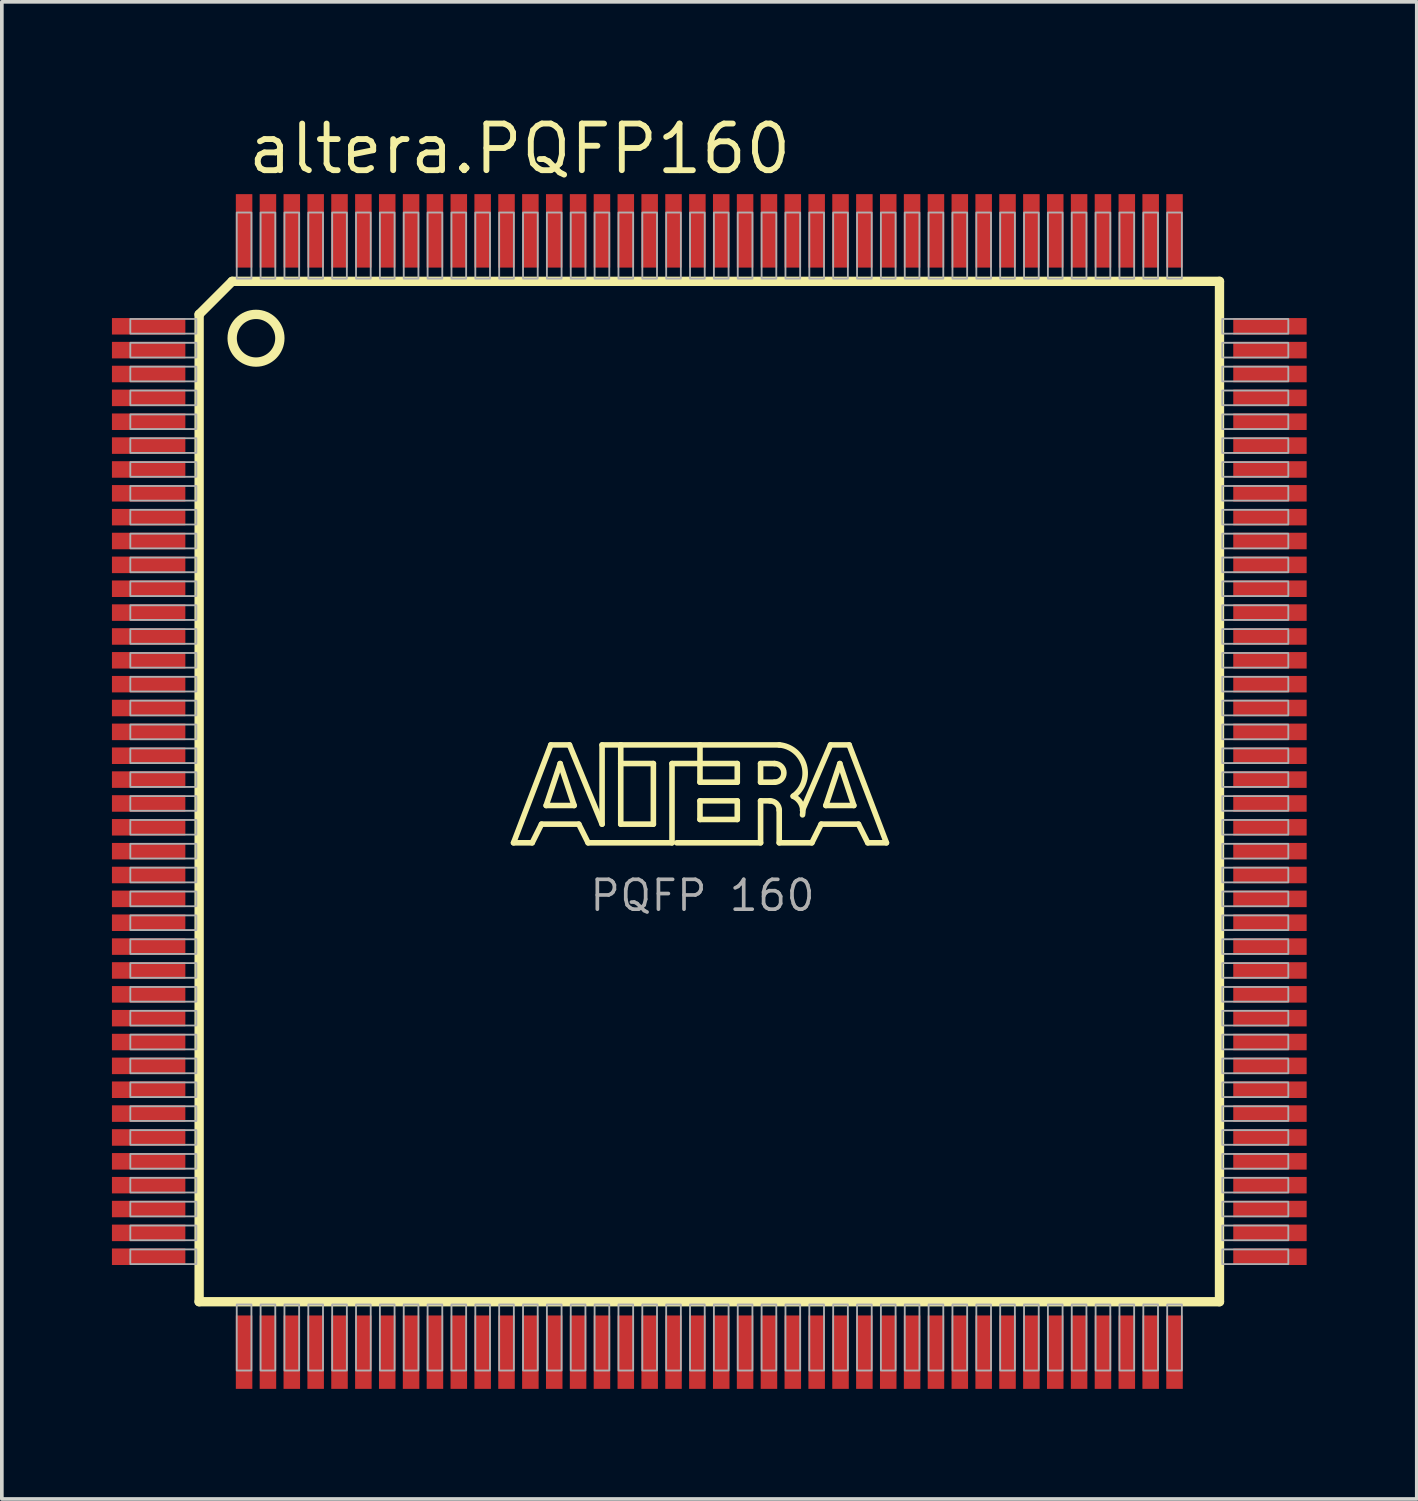
<source format=kicad_pcb>
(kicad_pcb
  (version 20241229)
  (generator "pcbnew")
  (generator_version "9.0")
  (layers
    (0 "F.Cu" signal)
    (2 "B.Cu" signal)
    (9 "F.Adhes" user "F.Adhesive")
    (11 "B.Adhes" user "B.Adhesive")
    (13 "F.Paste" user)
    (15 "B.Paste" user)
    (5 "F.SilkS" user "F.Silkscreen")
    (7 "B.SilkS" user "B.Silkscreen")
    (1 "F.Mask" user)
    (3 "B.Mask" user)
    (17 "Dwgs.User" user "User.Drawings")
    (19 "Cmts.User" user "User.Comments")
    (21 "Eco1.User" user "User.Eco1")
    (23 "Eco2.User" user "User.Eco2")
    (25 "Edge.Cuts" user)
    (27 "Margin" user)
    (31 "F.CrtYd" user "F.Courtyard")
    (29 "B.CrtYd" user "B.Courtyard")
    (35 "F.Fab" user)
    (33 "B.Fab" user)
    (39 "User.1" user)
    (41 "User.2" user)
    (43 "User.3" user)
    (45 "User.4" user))
  (footprint "altera.PQFP160"
    (layer "F.Cu")
    (at 16.275 18.515)
    (property "Reference" "altera.PQFP160" (at -12.649 -16.765 0) (layer "F.SilkS") (effects (font (size 1.27 1.27) (thickness 0.16)) (justify left bottom)))
    (attr smd)
    (fp_line (start -13.9 -13) (end -13 -13.9) (stroke (width 0.254) (type default)) (layer "F.SilkS"))
    (fp_line (start -13.9 13.9) (end -13.9 -13) (stroke (width 0.254) (type default)) (layer "F.SilkS"))
    (fp_line (start -13 -13.9) (end 13.9 -13.9) (stroke (width 0.254) (type default)) (layer "F.SilkS"))
    (fp_line (start -5.334 1.397) (end -4.318 -1.27) (stroke (width 0.152) (type default)) (layer "F.SilkS"))
    (fp_line (start -4.826 1.397) (end -5.334 1.397) (stroke (width 0.152) (type default)) (layer "F.SilkS"))
    (fp_line (start -4.572 0.889) (end -4.826 1.397) (stroke (width 0.152) (type default)) (layer "F.SilkS"))
    (fp_line (start -4.445 0.381) (end -3.683 0.381) (stroke (width 0.152) (type default)) (layer "F.SilkS"))
    (fp_line (start -4.318 -1.27) (end -3.81 -1.27) (stroke (width 0.152) (type default)) (layer "F.SilkS"))
    (fp_line (start -4.064 -0.762) (end -4.445 0.381) (stroke (width 0.152) (type default)) (layer "F.SilkS"))
    (fp_line (start -3.81 -1.27) (end -2.921 0.889) (stroke (width 0.152) (type default)) (layer "F.SilkS"))
    (fp_line (start -3.683 0.381) (end -4.064 -0.762) (stroke (width 0.152) (type default)) (layer "F.SilkS"))
    (fp_line (start -3.556 0.889) (end -4.572 0.889) (stroke (width 0.152) (type default)) (layer "F.SilkS"))
    (fp_line (start -3.302 1.397) (end -3.556 0.889) (stroke (width 0.152) (type default)) (layer "F.SilkS"))
    (fp_line (start -2.921 -1.27) (end -2.413 -1.27) (stroke (width 0.152) (type default)) (layer "F.SilkS"))
    (fp_line (start -2.921 0.889) (end -2.921 -1.27) (stroke (width 0.152) (type default)) (layer "F.SilkS"))
    (fp_line (start -2.413 -1.27) (end -2.413 -0.762) (stroke (width 0.152) (type default)) (layer "F.SilkS"))
    (fp_line (start -2.413 -1.27) (end -0.254 -1.27) (stroke (width 0.152) (type default)) (layer "F.SilkS"))
    (fp_line (start -2.413 -0.762) (end -2.413 0.889) (stroke (width 0.152) (type default)) (layer "F.SilkS"))
    (fp_line (start -2.413 0.889) (end -1.524 0.889) (stroke (width 0.152) (type default)) (layer "F.SilkS"))
    (fp_line (start -1.524 -0.762) (end -2.413 -0.762) (stroke (width 0.152) (type default)) (layer "F.SilkS"))
    (fp_line (start -1.524 0.889) (end -1.524 -0.762) (stroke (width 0.152) (type default)) (layer "F.SilkS"))
    (fp_line (start -1.016 -0.762) (end -1.016 1.397) (stroke (width 0.152) (type default)) (layer "F.SilkS"))
    (fp_line (start -1.016 1.397) (end -3.302 1.397) (stroke (width 0.152) (type default)) (layer "F.SilkS"))
    (fp_line (start -0.254 -1.27) (end -0.254 -0.762) (stroke (width 0.152) (type default)) (layer "F.SilkS"))
    (fp_line (start -0.254 -1.27) (end 1.905 -1.27) (stroke (width 0.152) (type default)) (layer "F.SilkS"))
    (fp_line (start -0.254 -0.762) (end -1.016 -0.762) (stroke (width 0.152) (type default)) (layer "F.SilkS"))
    (fp_line (start -0.254 -0.762) (end -0.254 -0.254) (stroke (width 0.152) (type default)) (layer "F.SilkS"))
    (fp_line (start -0.254 -0.254) (end 0.762 -0.254) (stroke (width 0.152) (type default)) (layer "F.SilkS"))
    (fp_line (start -0.254 0.254) (end 0.762 0.254) (stroke (width 0.152) (type default)) (layer "F.SilkS"))
    (fp_line (start -0.254 0.762) (end -0.254 0.254) (stroke (width 0.152) (type default)) (layer "F.SilkS"))
    (fp_line (start 0.762 -0.762) (end -0.254 -0.762) (stroke (width 0.152) (type default)) (layer "F.SilkS"))
    (fp_line (start 0.762 -0.254) (end 0.762 -0.762) (stroke (width 0.152) (type default)) (layer "F.SilkS"))
    (fp_line (start 0.762 0.254) (end 0.762 0.762) (stroke (width 0.152) (type default)) (layer "F.SilkS"))
    (fp_line (start 0.762 0.762) (end -0.254 0.762) (stroke (width 0.152) (type default)) (layer "F.SilkS"))
    (fp_line (start 1.397 -0.762) (end 1.397 -0.254) (stroke (width 0.152) (type default)) (layer "F.SilkS"))
    (fp_line (start 1.397 -0.254) (end 1.778 -0.254) (stroke (width 0.152) (type default)) (layer "F.SilkS"))
    (fp_line (start 1.397 0.254) (end 1.397 1.397) (stroke (width 0.152) (type default)) (layer "F.SilkS"))
    (fp_line (start 1.397 0.254) (end 1.651 0.254) (stroke (width 0.152) (type default)) (layer "F.SilkS"))
    (fp_line (start 1.397 1.397) (end -0.889 1.397) (stroke (width 0.152) (type default)) (layer "F.SilkS"))
    (fp_line (start 1.778 -0.762) (end 1.397 -0.762) (stroke (width 0.152) (type default)) (layer "F.SilkS"))
    (fp_line (start 1.905 0.508) (end 1.905 1.397) (stroke (width 0.152) (type default)) (layer "F.SilkS"))
    (fp_line (start 1.905 1.397) (end 2.794 1.397) (stroke (width 0.152) (type default)) (layer "F.SilkS"))
    (fp_line (start 2.794 1.397) (end 3.048 0.889) (stroke (width 0.152) (type default)) (layer "F.SilkS"))
    (fp_line (start 3.048 0.889) (end 4.064 0.889) (stroke (width 0.152) (type default)) (layer "F.SilkS"))
    (fp_line (start 3.175 0.381) (end 3.556 -0.762) (stroke (width 0.152) (type default)) (layer "F.SilkS"))
    (fp_line (start 3.302 -1.27) (end 2.54 0.508) (stroke (width 0.152) (type default)) (layer "F.SilkS"))
    (fp_line (start 3.556 -0.762) (end 3.937 0.381) (stroke (width 0.152) (type default)) (layer "F.SilkS"))
    (fp_line (start 3.81 -1.27) (end 3.302 -1.27) (stroke (width 0.152) (type default)) (layer "F.SilkS"))
    (fp_line (start 3.937 0.381) (end 3.175 0.381) (stroke (width 0.152) (type default)) (layer "F.SilkS"))
    (fp_line (start 4.064 0.889) (end 4.318 1.397) (stroke (width 0.152) (type default)) (layer "F.SilkS"))
    (fp_line (start 4.318 1.397) (end 4.826 1.397) (stroke (width 0.152) (type default)) (layer "F.SilkS"))
    (fp_line (start 4.826 1.397) (end 3.81 -1.27) (stroke (width 0.152) (type default)) (layer "F.SilkS"))
    (fp_line (start 13.9 -13.9) (end 13.9 13.9) (stroke (width 0.254) (type default)) (layer "F.SilkS"))
    (fp_line (start 13.9 13.9) (end -13.9 13.9) (stroke (width 0.254) (type default)) (layer "F.SilkS"))
    (fp_arc (start 1.651 0.254) (mid 1.830605 0.328395) (end 1.905 0.508) (stroke (width 0.1524) (type default)) (layer "F.SilkS"))
    (fp_arc (start 1.778 -0.762) (mid 2.032 -0.508) (end 1.778 -0.254) (stroke (width 0.1524) (type default)) (layer "F.SilkS"))
    (fp_arc (start 1.905 -1.27) (mid 2.585094 -0.70463) (end 2.2861 0.1277) (stroke (width 0.1524) (type default)) (layer "F.SilkS"))
    (fp_arc (start 2.286 0.127) (mid 2.501981 0.336487) (end 2.5397 0.635) (stroke (width 0.1524) (type default)) (layer "F.SilkS"))
    (fp_circle (center -12.35 -12.35) (end -11.7 -12.35) (stroke (width 0.254) (type default)) (fill no) (layer "F.SilkS"))
    (fp_rect (start -15.775 -12.475) (end -13.975 -12.875) (stroke (width 0.05) (type default)) (fill no) (layer "F.Fab"))
    (fp_rect (start -15.775 -11.825) (end -13.975 -12.225) (stroke (width 0.05) (type default)) (fill no) (layer "F.Fab"))
    (fp_rect (start -15.775 -11.175) (end -13.975 -11.575) (stroke (width 0.05) (type default)) (fill no) (layer "F.Fab"))
    (fp_rect (start -15.775 -10.525) (end -13.975 -10.925) (stroke (width 0.05) (type default)) (fill no) (layer "F.Fab"))
    (fp_rect (start -15.775 -9.875) (end -13.975 -10.275) (stroke (width 0.05) (type default)) (fill no) (layer "F.Fab"))
    (fp_rect (start -15.775 -9.225) (end -13.975 -9.625) (stroke (width 0.05) (type default)) (fill no) (layer "F.Fab"))
    (fp_rect (start -15.775 -8.575) (end -13.975 -8.975) (stroke (width 0.05) (type default)) (fill no) (layer "F.Fab"))
    (fp_rect (start -15.775 -7.925) (end -13.975 -8.325) (stroke (width 0.05) (type default)) (fill no) (layer "F.Fab"))
    (fp_rect (start -15.775 -7.275) (end -13.975 -7.675) (stroke (width 0.05) (type default)) (fill no) (layer "F.Fab"))
    (fp_rect (start -15.775 -6.625) (end -13.975 -7.025) (stroke (width 0.05) (type default)) (fill no) (layer "F.Fab"))
    (fp_rect (start -15.775 -5.975) (end -13.975 -6.375) (stroke (width 0.05) (type default)) (fill no) (layer "F.Fab"))
    (fp_rect (start -15.775 -5.325) (end -13.975 -5.725) (stroke (width 0.05) (type default)) (fill no) (layer "F.Fab"))
    (fp_rect (start -15.775 -4.675) (end -13.975 -5.075) (stroke (width 0.05) (type default)) (fill no) (layer "F.Fab"))
    (fp_rect (start -15.775 -4.025) (end -13.975 -4.425) (stroke (width 0.05) (type default)) (fill no) (layer "F.Fab"))
    (fp_rect (start -15.775 -3.375) (end -13.975 -3.775) (stroke (width 0.05) (type default)) (fill no) (layer "F.Fab"))
    (fp_rect (start -15.775 -2.725) (end -13.975 -3.125) (stroke (width 0.05) (type default)) (fill no) (layer "F.Fab"))
    (fp_rect (start -15.775 -2.075) (end -13.975 -2.475) (stroke (width 0.05) (type default)) (fill no) (layer "F.Fab"))
    (fp_rect (start -15.775 -1.425) (end -13.975 -1.825) (stroke (width 0.05) (type default)) (fill no) (layer "F.Fab"))
    (fp_rect (start -15.775 -0.775) (end -13.975 -1.175) (stroke (width 0.05) (type default)) (fill no) (layer "F.Fab"))
    (fp_rect (start -15.775 -0.125) (end -13.975 -0.525) (stroke (width 0.05) (type default)) (fill no) (layer "F.Fab"))
    (fp_rect (start -15.775 0.525) (end -13.975 0.125) (stroke (width 0.05) (type default)) (fill no) (layer "F.Fab"))
    (fp_rect (start -15.775 1.175) (end -13.975 0.775) (stroke (width 0.05) (type default)) (fill no) (layer "F.Fab"))
    (fp_rect (start -15.775 1.825) (end -13.975 1.425) (stroke (width 0.05) (type default)) (fill no) (layer "F.Fab"))
    (fp_rect (start -15.775 2.475) (end -13.975 2.075) (stroke (width 0.05) (type default)) (fill no) (layer "F.Fab"))
    (fp_rect (start -15.775 3.125) (end -13.975 2.725) (stroke (width 0.05) (type default)) (fill no) (layer "F.Fab"))
    (fp_rect (start -15.775 3.775) (end -13.975 3.375) (stroke (width 0.05) (type default)) (fill no) (layer "F.Fab"))
    (fp_rect (start -15.775 4.425) (end -13.975 4.025) (stroke (width 0.05) (type default)) (fill no) (layer "F.Fab"))
    (fp_rect (start -15.775 5.075) (end -13.975 4.675) (stroke (width 0.05) (type default)) (fill no) (layer "F.Fab"))
    (fp_rect (start -15.775 5.725) (end -13.975 5.325) (stroke (width 0.05) (type default)) (fill no) (layer "F.Fab"))
    (fp_rect (start -15.775 6.375) (end -13.975 5.975) (stroke (width 0.05) (type default)) (fill no) (layer "F.Fab"))
    (fp_rect (start -15.775 7.025) (end -13.975 6.625) (stroke (width 0.05) (type default)) (fill no) (layer "F.Fab"))
    (fp_rect (start -15.775 7.675) (end -13.975 7.275) (stroke (width 0.05) (type default)) (fill no) (layer "F.Fab"))
    (fp_rect (start -15.775 8.325) (end -13.975 7.925) (stroke (width 0.05) (type default)) (fill no) (layer "F.Fab"))
    (fp_rect (start -15.775 8.975) (end -13.975 8.575) (stroke (width 0.05) (type default)) (fill no) (layer "F.Fab"))
    (fp_rect (start -15.775 9.625) (end -13.975 9.225) (stroke (width 0.05) (type default)) (fill no) (layer "F.Fab"))
    (fp_rect (start -15.775 10.275) (end -13.975 9.875) (stroke (width 0.05) (type default)) (fill no) (layer "F.Fab"))
    (fp_rect (start -15.775 10.925) (end -13.975 10.525) (stroke (width 0.05) (type default)) (fill no) (layer "F.Fab"))
    (fp_rect (start -15.775 11.575) (end -13.975 11.175) (stroke (width 0.05) (type default)) (fill no) (layer "F.Fab"))
    (fp_rect (start -15.775 12.225) (end -13.975 11.825) (stroke (width 0.05) (type default)) (fill no) (layer "F.Fab"))
    (fp_rect (start -15.775 12.875) (end -13.975 12.475) (stroke (width 0.05) (type default)) (fill no) (layer "F.Fab"))
    (fp_rect (start -12.875 -13.975) (end -12.475 -15.775) (stroke (width 0.05) (type default)) (fill no) (layer "F.Fab"))
    (fp_rect (start -12.875 15.775) (end -12.475 13.975) (stroke (width 0.05) (type default)) (fill no) (layer "F.Fab"))
    (fp_rect (start -12.225 -13.975) (end -11.825 -15.775) (stroke (width 0.05) (type default)) (fill no) (layer "F.Fab"))
    (fp_rect (start -12.225 15.775) (end -11.825 13.975) (stroke (width 0.05) (type default)) (fill no) (layer "F.Fab"))
    (fp_rect (start -11.575 -13.975) (end -11.175 -15.775) (stroke (width 0.05) (type default)) (fill no) (layer "F.Fab"))
    (fp_rect (start -11.575 15.775) (end -11.175 13.975) (stroke (width 0.05) (type default)) (fill no) (layer "F.Fab"))
    (fp_rect (start -10.925 -13.975) (end -10.525 -15.775) (stroke (width 0.05) (type default)) (fill no) (layer "F.Fab"))
    (fp_rect (start -10.925 15.775) (end -10.525 13.975) (stroke (width 0.05) (type default)) (fill no) (layer "F.Fab"))
    (fp_rect (start -10.275 -13.975) (end -9.875 -15.775) (stroke (width 0.05) (type default)) (fill no) (layer "F.Fab"))
    (fp_rect (start -10.275 15.775) (end -9.875 13.975) (stroke (width 0.05) (type default)) (fill no) (layer "F.Fab"))
    (fp_rect (start -9.625 -13.975) (end -9.225 -15.775) (stroke (width 0.05) (type default)) (fill no) (layer "F.Fab"))
    (fp_rect (start -9.625 15.775) (end -9.225 13.975) (stroke (width 0.05) (type default)) (fill no) (layer "F.Fab"))
    (fp_rect (start -8.975 -13.975) (end -8.575 -15.775) (stroke (width 0.05) (type default)) (fill no) (layer "F.Fab"))
    (fp_rect (start -8.975 15.775) (end -8.575 13.975) (stroke (width 0.05) (type default)) (fill no) (layer "F.Fab"))
    (fp_rect (start -8.325 -13.975) (end -7.925 -15.775) (stroke (width 0.05) (type default)) (fill no) (layer "F.Fab"))
    (fp_rect (start -8.325 15.775) (end -7.925 13.975) (stroke (width 0.05) (type default)) (fill no) (layer "F.Fab"))
    (fp_rect (start -7.675 -13.975) (end -7.275 -15.775) (stroke (width 0.05) (type default)) (fill no) (layer "F.Fab"))
    (fp_rect (start -7.675 15.775) (end -7.275 13.975) (stroke (width 0.05) (type default)) (fill no) (layer "F.Fab"))
    (fp_rect (start -7.025 -13.975) (end -6.625 -15.775) (stroke (width 0.05) (type default)) (fill no) (layer "F.Fab"))
    (fp_rect (start -7.025 15.775) (end -6.625 13.975) (stroke (width 0.05) (type default)) (fill no) (layer "F.Fab"))
    (fp_rect (start -6.375 -13.975) (end -5.975 -15.775) (stroke (width 0.05) (type default)) (fill no) (layer "F.Fab"))
    (fp_rect (start -6.375 15.775) (end -5.975 13.975) (stroke (width 0.05) (type default)) (fill no) (layer "F.Fab"))
    (fp_rect (start -5.725 -13.975) (end -5.325 -15.775) (stroke (width 0.05) (type default)) (fill no) (layer "F.Fab"))
    (fp_rect (start -5.725 15.775) (end -5.325 13.975) (stroke (width 0.05) (type default)) (fill no) (layer "F.Fab"))
    (fp_rect (start -5.075 -13.975) (end -4.675 -15.775) (stroke (width 0.05) (type default)) (fill no) (layer "F.Fab"))
    (fp_rect (start -5.075 15.775) (end -4.675 13.975) (stroke (width 0.05) (type default)) (fill no) (layer "F.Fab"))
    (fp_rect (start -4.425 -13.975) (end -4.025 -15.775) (stroke (width 0.05) (type default)) (fill no) (layer "F.Fab"))
    (fp_rect (start -4.425 15.775) (end -4.025 13.975) (stroke (width 0.05) (type default)) (fill no) (layer "F.Fab"))
    (fp_rect (start -3.775 -13.975) (end -3.375 -15.775) (stroke (width 0.05) (type default)) (fill no) (layer "F.Fab"))
    (fp_rect (start -3.775 15.775) (end -3.375 13.975) (stroke (width 0.05) (type default)) (fill no) (layer "F.Fab"))
    (fp_rect (start -3.125 -13.975) (end -2.725 -15.775) (stroke (width 0.05) (type default)) (fill no) (layer "F.Fab"))
    (fp_rect (start -3.125 15.775) (end -2.725 13.975) (stroke (width 0.05) (type default)) (fill no) (layer "F.Fab"))
    (fp_rect (start -2.475 -13.975) (end -2.075 -15.775) (stroke (width 0.05) (type default)) (fill no) (layer "F.Fab"))
    (fp_rect (start -2.475 15.775) (end -2.075 13.975) (stroke (width 0.05) (type default)) (fill no) (layer "F.Fab"))
    (fp_rect (start -1.825 -13.975) (end -1.425 -15.775) (stroke (width 0.05) (type default)) (fill no) (layer "F.Fab"))
    (fp_rect (start -1.825 15.775) (end -1.425 13.975) (stroke (width 0.05) (type default)) (fill no) (layer "F.Fab"))
    (fp_rect (start -1.175 -13.975) (end -0.775 -15.775) (stroke (width 0.05) (type default)) (fill no) (layer "F.Fab"))
    (fp_rect (start -1.175 15.775) (end -0.775 13.975) (stroke (width 0.05) (type default)) (fill no) (layer "F.Fab"))
    (fp_rect (start -0.525 -13.975) (end -0.125 -15.775) (stroke (width 0.05) (type default)) (fill no) (layer "F.Fab"))
    (fp_rect (start -0.525 15.775) (end -0.125 13.975) (stroke (width 0.05) (type default)) (fill no) (layer "F.Fab"))
    (fp_rect (start 0.125 -13.975) (end 0.525 -15.775) (stroke (width 0.05) (type default)) (fill no) (layer "F.Fab"))
    (fp_rect (start 0.125 15.775) (end 0.525 13.975) (stroke (width 0.05) (type default)) (fill no) (layer "F.Fab"))
    (fp_rect (start 0.775 -13.975) (end 1.175 -15.775) (stroke (width 0.05) (type default)) (fill no) (layer "F.Fab"))
    (fp_rect (start 0.775 15.775) (end 1.175 13.975) (stroke (width 0.05) (type default)) (fill no) (layer "F.Fab"))
    (fp_rect (start 1.425 -13.975) (end 1.825 -15.775) (stroke (width 0.05) (type default)) (fill no) (layer "F.Fab"))
    (fp_rect (start 1.425 15.775) (end 1.825 13.975) (stroke (width 0.05) (type default)) (fill no) (layer "F.Fab"))
    (fp_rect (start 2.075 -13.975) (end 2.475 -15.775) (stroke (width 0.05) (type default)) (fill no) (layer "F.Fab"))
    (fp_rect (start 2.075 15.775) (end 2.475 13.975) (stroke (width 0.05) (type default)) (fill no) (layer "F.Fab"))
    (fp_rect (start 2.725 -13.975) (end 3.125 -15.775) (stroke (width 0.05) (type default)) (fill no) (layer "F.Fab"))
    (fp_rect (start 2.725 15.775) (end 3.125 13.975) (stroke (width 0.05) (type default)) (fill no) (layer "F.Fab"))
    (fp_rect (start 3.375 -13.975) (end 3.775 -15.775) (stroke (width 0.05) (type default)) (fill no) (layer "F.Fab"))
    (fp_rect (start 3.375 15.775) (end 3.775 13.975) (stroke (width 0.05) (type default)) (fill no) (layer "F.Fab"))
    (fp_rect (start 4.025 -13.975) (end 4.425 -15.775) (stroke (width 0.05) (type default)) (fill no) (layer "F.Fab"))
    (fp_rect (start 4.025 15.775) (end 4.425 13.975) (stroke (width 0.05) (type default)) (fill no) (layer "F.Fab"))
    (fp_rect (start 4.675 -13.975) (end 5.075 -15.775) (stroke (width 0.05) (type default)) (fill no) (layer "F.Fab"))
    (fp_rect (start 4.675 15.775) (end 5.075 13.975) (stroke (width 0.05) (type default)) (fill no) (layer "F.Fab"))
    (fp_rect (start 5.325 -13.975) (end 5.725 -15.775) (stroke (width 0.05) (type default)) (fill no) (layer "F.Fab"))
    (fp_rect (start 5.325 15.775) (end 5.725 13.975) (stroke (width 0.05) (type default)) (fill no) (layer "F.Fab"))
    (fp_rect (start 5.975 -13.975) (end 6.375 -15.775) (stroke (width 0.05) (type default)) (fill no) (layer "F.Fab"))
    (fp_rect (start 5.975 15.775) (end 6.375 13.975) (stroke (width 0.05) (type default)) (fill no) (layer "F.Fab"))
    (fp_rect (start 6.625 -13.975) (end 7.025 -15.775) (stroke (width 0.05) (type default)) (fill no) (layer "F.Fab"))
    (fp_rect (start 6.625 15.775) (end 7.025 13.975) (stroke (width 0.05) (type default)) (fill no) (layer "F.Fab"))
    (fp_rect (start 7.275 -13.975) (end 7.675 -15.775) (stroke (width 0.05) (type default)) (fill no) (layer "F.Fab"))
    (fp_rect (start 7.275 15.775) (end 7.675 13.975) (stroke (width 0.05) (type default)) (fill no) (layer "F.Fab"))
    (fp_rect (start 7.925 -13.975) (end 8.325 -15.775) (stroke (width 0.05) (type default)) (fill no) (layer "F.Fab"))
    (fp_rect (start 7.925 15.775) (end 8.325 13.975) (stroke (width 0.05) (type default)) (fill no) (layer "F.Fab"))
    (fp_rect (start 8.575 -13.975) (end 8.975 -15.775) (stroke (width 0.05) (type default)) (fill no) (layer "F.Fab"))
    (fp_rect (start 8.575 15.775) (end 8.975 13.975) (stroke (width 0.05) (type default)) (fill no) (layer "F.Fab"))
    (fp_rect (start 9.225 -13.975) (end 9.625 -15.775) (stroke (width 0.05) (type default)) (fill no) (layer "F.Fab"))
    (fp_rect (start 9.225 15.775) (end 9.625 13.975) (stroke (width 0.05) (type default)) (fill no) (layer "F.Fab"))
    (fp_rect (start 9.875 -13.975) (end 10.275 -15.775) (stroke (width 0.05) (type default)) (fill no) (layer "F.Fab"))
    (fp_rect (start 9.875 15.775) (end 10.275 13.975) (stroke (width 0.05) (type default)) (fill no) (layer "F.Fab"))
    (fp_rect (start 10.525 -13.975) (end 10.925 -15.775) (stroke (width 0.05) (type default)) (fill no) (layer "F.Fab"))
    (fp_rect (start 10.525 15.775) (end 10.925 13.975) (stroke (width 0.05) (type default)) (fill no) (layer "F.Fab"))
    (fp_rect (start 11.175 -13.975) (end 11.575 -15.775) (stroke (width 0.05) (type default)) (fill no) (layer "F.Fab"))
    (fp_rect (start 11.175 15.775) (end 11.575 13.975) (stroke (width 0.05) (type default)) (fill no) (layer "F.Fab"))
    (fp_rect (start 11.825 -13.975) (end 12.225 -15.775) (stroke (width 0.05) (type default)) (fill no) (layer "F.Fab"))
    (fp_rect (start 11.825 15.775) (end 12.225 13.975) (stroke (width 0.05) (type default)) (fill no) (layer "F.Fab"))
    (fp_rect (start 12.475 -13.975) (end 12.875 -15.775) (stroke (width 0.05) (type default)) (fill no) (layer "F.Fab"))
    (fp_rect (start 12.475 15.775) (end 12.875 13.975) (stroke (width 0.05) (type default)) (fill no) (layer "F.Fab"))
    (fp_rect (start 13.975 -12.475) (end 15.775 -12.875) (stroke (width 0.05) (type default)) (fill no) (layer "F.Fab"))
    (fp_rect (start 13.975 -11.825) (end 15.775 -12.225) (stroke (width 0.05) (type default)) (fill no) (layer "F.Fab"))
    (fp_rect (start 13.975 -11.175) (end 15.775 -11.575) (stroke (width 0.05) (type default)) (fill no) (layer "F.Fab"))
    (fp_rect (start 13.975 -10.525) (end 15.775 -10.925) (stroke (width 0.05) (type default)) (fill no) (layer "F.Fab"))
    (fp_rect (start 13.975 -9.875) (end 15.775 -10.275) (stroke (width 0.05) (type default)) (fill no) (layer "F.Fab"))
    (fp_rect (start 13.975 -9.225) (end 15.775 -9.625) (stroke (width 0.05) (type default)) (fill no) (layer "F.Fab"))
    (fp_rect (start 13.975 -8.575) (end 15.775 -8.975) (stroke (width 0.05) (type default)) (fill no) (layer "F.Fab"))
    (fp_rect (start 13.975 -7.925) (end 15.775 -8.325) (stroke (width 0.05) (type default)) (fill no) (layer "F.Fab"))
    (fp_rect (start 13.975 -7.275) (end 15.775 -7.675) (stroke (width 0.05) (type default)) (fill no) (layer "F.Fab"))
    (fp_rect (start 13.975 -6.625) (end 15.775 -7.025) (stroke (width 0.05) (type default)) (fill no) (layer "F.Fab"))
    (fp_rect (start 13.975 -5.975) (end 15.775 -6.375) (stroke (width 0.05) (type default)) (fill no) (layer "F.Fab"))
    (fp_rect (start 13.975 -5.325) (end 15.775 -5.725) (stroke (width 0.05) (type default)) (fill no) (layer "F.Fab"))
    (fp_rect (start 13.975 -4.675) (end 15.775 -5.075) (stroke (width 0.05) (type default)) (fill no) (layer "F.Fab"))
    (fp_rect (start 13.975 -4.025) (end 15.775 -4.425) (stroke (width 0.05) (type default)) (fill no) (layer "F.Fab"))
    (fp_rect (start 13.975 -3.375) (end 15.775 -3.775) (stroke (width 0.05) (type default)) (fill no) (layer "F.Fab"))
    (fp_rect (start 13.975 -2.725) (end 15.775 -3.125) (stroke (width 0.05) (type default)) (fill no) (layer "F.Fab"))
    (fp_rect (start 13.975 -2.075) (end 15.775 -2.475) (stroke (width 0.05) (type default)) (fill no) (layer "F.Fab"))
    (fp_rect (start 13.975 -1.425) (end 15.775 -1.825) (stroke (width 0.05) (type default)) (fill no) (layer "F.Fab"))
    (fp_rect (start 13.975 -0.775) (end 15.775 -1.175) (stroke (width 0.05) (type default)) (fill no) (layer "F.Fab"))
    (fp_rect (start 13.975 -0.125) (end 15.775 -0.525) (stroke (width 0.05) (type default)) (fill no) (layer "F.Fab"))
    (fp_rect (start 13.975 0.525) (end 15.775 0.125) (stroke (width 0.05) (type default)) (fill no) (layer "F.Fab"))
    (fp_rect (start 13.975 1.175) (end 15.775 0.775) (stroke (width 0.05) (type default)) (fill no) (layer "F.Fab"))
    (fp_rect (start 13.975 1.825) (end 15.775 1.425) (stroke (width 0.05) (type default)) (fill no) (layer "F.Fab"))
    (fp_rect (start 13.975 2.475) (end 15.775 2.075) (stroke (width 0.05) (type default)) (fill no) (layer "F.Fab"))
    (fp_rect (start 13.975 3.125) (end 15.775 2.725) (stroke (width 0.05) (type default)) (fill no) (layer "F.Fab"))
    (fp_rect (start 13.975 3.775) (end 15.775 3.375) (stroke (width 0.05) (type default)) (fill no) (layer "F.Fab"))
    (fp_rect (start 13.975 4.425) (end 15.775 4.025) (stroke (width 0.05) (type default)) (fill no) (layer "F.Fab"))
    (fp_rect (start 13.975 5.075) (end 15.775 4.675) (stroke (width 0.05) (type default)) (fill no) (layer "F.Fab"))
    (fp_rect (start 13.975 5.725) (end 15.775 5.325) (stroke (width 0.05) (type default)) (fill no) (layer "F.Fab"))
    (fp_rect (start 13.975 6.375) (end 15.775 5.975) (stroke (width 0.05) (type default)) (fill no) (layer "F.Fab"))
    (fp_rect (start 13.975 7.025) (end 15.775 6.625) (stroke (width 0.05) (type default)) (fill no) (layer "F.Fab"))
    (fp_rect (start 13.975 7.675) (end 15.775 7.275) (stroke (width 0.05) (type default)) (fill no) (layer "F.Fab"))
    (fp_rect (start 13.975 8.325) (end 15.775 7.925) (stroke (width 0.05) (type default)) (fill no) (layer "F.Fab"))
    (fp_rect (start 13.975 8.975) (end 15.775 8.575) (stroke (width 0.05) (type default)) (fill no) (layer "F.Fab"))
    (fp_rect (start 13.975 9.625) (end 15.775 9.225) (stroke (width 0.05) (type default)) (fill no) (layer "F.Fab"))
    (fp_rect (start 13.975 10.275) (end 15.775 9.875) (stroke (width 0.05) (type default)) (fill no) (layer "F.Fab"))
    (fp_rect (start 13.975 10.925) (end 15.775 10.525) (stroke (width 0.05) (type default)) (fill no) (layer "F.Fab"))
    (fp_rect (start 13.975 11.575) (end 15.775 11.175) (stroke (width 0.05) (type default)) (fill no) (layer "F.Fab"))
    (fp_rect (start 13.975 12.225) (end 15.775 11.825) (stroke (width 0.05) (type default)) (fill no) (layer "F.Fab"))
    (fp_rect (start 13.975 12.875) (end 15.775 12.475) (stroke (width 0.05) (type default)) (fill no) (layer "F.Fab"))
    (fp_text user "PQFP 160" (at -3.31 3.31 0) (layer "F.Fab") (effects (font (size 0.813 0.813) (thickness 0.1)) (justify left bottom)))
    (pad "1" smd roundrect (at -15.275 -12.675) (size 2 0.45) (layers "F.Cu" "F.Mask" "F.Paste") (roundrect_rratio 0.01))
    (pad "2" smd roundrect (at -15.275 -12.025) (size 2 0.45) (layers "F.Cu" "F.Mask" "F.Paste") (roundrect_rratio 0.01))
    (pad "3" smd roundrect (at -15.275 -11.375) (size 2 0.45) (layers "F.Cu" "F.Mask" "F.Paste") (roundrect_rratio 0.01))
    (pad "4" smd roundrect (at -15.275 -10.725) (size 2 0.45) (layers "F.Cu" "F.Mask" "F.Paste") (roundrect_rratio 0.01))
    (pad "5" smd roundrect (at -15.275 -10.075) (size 2 0.45) (layers "F.Cu" "F.Mask" "F.Paste") (roundrect_rratio 0.01))
    (pad "6" smd roundrect (at -15.275 -9.425) (size 2 0.45) (layers "F.Cu" "F.Mask" "F.Paste") (roundrect_rratio 0.01))
    (pad "7" smd roundrect (at -15.275 -8.775) (size 2 0.45) (layers "F.Cu" "F.Mask" "F.Paste") (roundrect_rratio 0.01))
    (pad "8" smd roundrect (at -15.275 -8.125) (size 2 0.45) (layers "F.Cu" "F.Mask" "F.Paste") (roundrect_rratio 0.01))
    (pad "9" smd roundrect (at -15.275 -7.475) (size 2 0.45) (layers "F.Cu" "F.Mask" "F.Paste") (roundrect_rratio 0.01))
    (pad "10" smd roundrect (at -15.275 -6.825) (size 2 0.45) (layers "F.Cu" "F.Mask" "F.Paste") (roundrect_rratio 0.01))
    (pad "11" smd roundrect (at -15.275 -6.175) (size 2 0.45) (layers "F.Cu" "F.Mask" "F.Paste") (roundrect_rratio 0.01))
    (pad "12" smd roundrect (at -15.275 -5.525) (size 2 0.45) (layers "F.Cu" "F.Mask" "F.Paste") (roundrect_rratio 0.01))
    (pad "13" smd roundrect (at -15.275 -4.875) (size 2 0.45) (layers "F.Cu" "F.Mask" "F.Paste") (roundrect_rratio 0.01))
    (pad "14" smd roundrect (at -15.275 -4.225) (size 2 0.45) (layers "F.Cu" "F.Mask" "F.Paste") (roundrect_rratio 0.01))
    (pad "15" smd roundrect (at -15.275 -3.575) (size 2 0.45) (layers "F.Cu" "F.Mask" "F.Paste") (roundrect_rratio 0.01))
    (pad "16" smd roundrect (at -15.275 -2.925) (size 2 0.45) (layers "F.Cu" "F.Mask" "F.Paste") (roundrect_rratio 0.01))
    (pad "17" smd roundrect (at -15.275 -2.275) (size 2 0.45) (layers "F.Cu" "F.Mask" "F.Paste") (roundrect_rratio 0.01))
    (pad "18" smd roundrect (at -15.275 -1.625) (size 2 0.45) (layers "F.Cu" "F.Mask" "F.Paste") (roundrect_rratio 0.01))
    (pad "19" smd roundrect (at -15.275 -0.975) (size 2 0.45) (layers "F.Cu" "F.Mask" "F.Paste") (roundrect_rratio 0.01))
    (pad "20" smd roundrect (at -15.275 -0.325) (size 2 0.45) (layers "F.Cu" "F.Mask" "F.Paste") (roundrect_rratio 0.01))
    (pad "21" smd roundrect (at -15.275 0.325) (size 2 0.45) (layers "F.Cu" "F.Mask" "F.Paste") (roundrect_rratio 0.01))
    (pad "22" smd roundrect (at -15.275 0.975) (size 2 0.45) (layers "F.Cu" "F.Mask" "F.Paste") (roundrect_rratio 0.01))
    (pad "23" smd roundrect (at -15.275 1.625) (size 2 0.45) (layers "F.Cu" "F.Mask" "F.Paste") (roundrect_rratio 0.01))
    (pad "24" smd roundrect (at -15.275 2.275) (size 2 0.45) (layers "F.Cu" "F.Mask" "F.Paste") (roundrect_rratio 0.01))
    (pad "25" smd roundrect (at -15.275 2.925) (size 2 0.45) (layers "F.Cu" "F.Mask" "F.Paste") (roundrect_rratio 0.01))
    (pad "26" smd roundrect (at -15.275 3.575) (size 2 0.45) (layers "F.Cu" "F.Mask" "F.Paste") (roundrect_rratio 0.01))
    (pad "27" smd roundrect (at -15.275 4.225) (size 2 0.45) (layers "F.Cu" "F.Mask" "F.Paste") (roundrect_rratio 0.01))
    (pad "28" smd roundrect (at -15.275 4.875) (size 2 0.45) (layers "F.Cu" "F.Mask" "F.Paste") (roundrect_rratio 0.01))
    (pad "29" smd roundrect (at -15.275 5.525) (size 2 0.45) (layers "F.Cu" "F.Mask" "F.Paste") (roundrect_rratio 0.01))
    (pad "30" smd roundrect (at -15.275 6.175) (size 2 0.45) (layers "F.Cu" "F.Mask" "F.Paste") (roundrect_rratio 0.01))
    (pad "31" smd roundrect (at -15.275 6.825) (size 2 0.45) (layers "F.Cu" "F.Mask" "F.Paste") (roundrect_rratio 0.01))
    (pad "32" smd roundrect (at -15.275 7.475) (size 2 0.45) (layers "F.Cu" "F.Mask" "F.Paste") (roundrect_rratio 0.01))
    (pad "33" smd roundrect (at -15.275 8.125) (size 2 0.45) (layers "F.Cu" "F.Mask" "F.Paste") (roundrect_rratio 0.01))
    (pad "34" smd roundrect (at -15.275 8.775) (size 2 0.45) (layers "F.Cu" "F.Mask" "F.Paste") (roundrect_rratio 0.01))
    (pad "35" smd roundrect (at -15.275 9.425) (size 2 0.45) (layers "F.Cu" "F.Mask" "F.Paste") (roundrect_rratio 0.01))
    (pad "36" smd roundrect (at -15.275 10.075) (size 2 0.45) (layers "F.Cu" "F.Mask" "F.Paste") (roundrect_rratio 0.01))
    (pad "37" smd roundrect (at -15.275 10.725) (size 2 0.45) (layers "F.Cu" "F.Mask" "F.Paste") (roundrect_rratio 0.01))
    (pad "38" smd roundrect (at -15.275 11.375) (size 2 0.45) (layers "F.Cu" "F.Mask" "F.Paste") (roundrect_rratio 0.01))
    (pad "39" smd roundrect (at -15.275 12.025) (size 2 0.45) (layers "F.Cu" "F.Mask" "F.Paste") (roundrect_rratio 0.01))
    (pad "40" smd roundrect (at -15.275 12.675) (size 2 0.45) (layers "F.Cu" "F.Mask" "F.Paste") (roundrect_rratio 0.01))
    (pad "41" smd roundrect (at -12.675 15.275) (size 0.45 2) (layers "F.Cu" "F.Mask" "F.Paste") (roundrect_rratio 0.01))
    (pad "42" smd roundrect (at -12.025 15.275) (size 0.45 2) (layers "F.Cu" "F.Mask" "F.Paste") (roundrect_rratio 0.01))
    (pad "43" smd roundrect (at -11.375 15.275) (size 0.45 2) (layers "F.Cu" "F.Mask" "F.Paste") (roundrect_rratio 0.01))
    (pad "44" smd roundrect (at -10.725 15.275) (size 0.45 2) (layers "F.Cu" "F.Mask" "F.Paste") (roundrect_rratio 0.01))
    (pad "45" smd roundrect (at -10.075 15.275) (size 0.45 2) (layers "F.Cu" "F.Mask" "F.Paste") (roundrect_rratio 0.01))
    (pad "46" smd roundrect (at -9.425 15.275) (size 0.45 2) (layers "F.Cu" "F.Mask" "F.Paste") (roundrect_rratio 0.01))
    (pad "47" smd roundrect (at -8.775 15.275) (size 0.45 2) (layers "F.Cu" "F.Mask" "F.Paste") (roundrect_rratio 0.01))
    (pad "48" smd roundrect (at -8.125 15.275) (size 0.45 2) (layers "F.Cu" "F.Mask" "F.Paste") (roundrect_rratio 0.01))
    (pad "49" smd roundrect (at -7.475 15.275) (size 0.45 2) (layers "F.Cu" "F.Mask" "F.Paste") (roundrect_rratio 0.01))
    (pad "50" smd roundrect (at -6.825 15.275) (size 0.45 2) (layers "F.Cu" "F.Mask" "F.Paste") (roundrect_rratio 0.01))
    (pad "51" smd roundrect (at -6.175 15.275) (size 0.45 2) (layers "F.Cu" "F.Mask" "F.Paste") (roundrect_rratio 0.01))
    (pad "52" smd roundrect (at -5.525 15.275) (size 0.45 2) (layers "F.Cu" "F.Mask" "F.Paste") (roundrect_rratio 0.01))
    (pad "53" smd roundrect (at -4.875 15.275) (size 0.45 2) (layers "F.Cu" "F.Mask" "F.Paste") (roundrect_rratio 0.01))
    (pad "54" smd roundrect (at -4.225 15.275) (size 0.45 2) (layers "F.Cu" "F.Mask" "F.Paste") (roundrect_rratio 0.01))
    (pad "55" smd roundrect (at -3.575 15.275) (size 0.45 2) (layers "F.Cu" "F.Mask" "F.Paste") (roundrect_rratio 0.01))
    (pad "56" smd roundrect (at -2.925 15.275) (size 0.45 2) (layers "F.Cu" "F.Mask" "F.Paste") (roundrect_rratio 0.01))
    (pad "57" smd roundrect (at -2.275 15.275) (size 0.45 2) (layers "F.Cu" "F.Mask" "F.Paste") (roundrect_rratio 0.01))
    (pad "58" smd roundrect (at -1.625 15.275) (size 0.45 2) (layers "F.Cu" "F.Mask" "F.Paste") (roundrect_rratio 0.01))
    (pad "59" smd roundrect (at -0.975 15.275) (size 0.45 2) (layers "F.Cu" "F.Mask" "F.Paste") (roundrect_rratio 0.01))
    (pad "60" smd roundrect (at -0.325 15.275) (size 0.45 2) (layers "F.Cu" "F.Mask" "F.Paste") (roundrect_rratio 0.01))
    (pad "61" smd roundrect (at 0.325 15.275) (size 0.45 2) (layers "F.Cu" "F.Mask" "F.Paste") (roundrect_rratio 0.01))
    (pad "62" smd roundrect (at 0.975 15.275) (size 0.45 2) (layers "F.Cu" "F.Mask" "F.Paste") (roundrect_rratio 0.01))
    (pad "63" smd roundrect (at 1.625 15.275) (size 0.45 2) (layers "F.Cu" "F.Mask" "F.Paste") (roundrect_rratio 0.01))
    (pad "64" smd roundrect (at 2.275 15.275) (size 0.45 2) (layers "F.Cu" "F.Mask" "F.Paste") (roundrect_rratio 0.01))
    (pad "65" smd roundrect (at 2.925 15.275) (size 0.45 2) (layers "F.Cu" "F.Mask" "F.Paste") (roundrect_rratio 0.01))
    (pad "66" smd roundrect (at 3.575 15.275) (size 0.45 2) (layers "F.Cu" "F.Mask" "F.Paste") (roundrect_rratio 0.01))
    (pad "67" smd roundrect (at 4.225 15.275) (size 0.45 2) (layers "F.Cu" "F.Mask" "F.Paste") (roundrect_rratio 0.01))
    (pad "68" smd roundrect (at 4.875 15.275) (size 0.45 2) (layers "F.Cu" "F.Mask" "F.Paste") (roundrect_rratio 0.01))
    (pad "69" smd roundrect (at 5.525 15.275) (size 0.45 2) (layers "F.Cu" "F.Mask" "F.Paste") (roundrect_rratio 0.01))
    (pad "70" smd roundrect (at 6.175 15.275) (size 0.45 2) (layers "F.Cu" "F.Mask" "F.Paste") (roundrect_rratio 0.01))
    (pad "71" smd roundrect (at 6.825 15.275) (size 0.45 2) (layers "F.Cu" "F.Mask" "F.Paste") (roundrect_rratio 0.01))
    (pad "72" smd roundrect (at 7.475 15.275) (size 0.45 2) (layers "F.Cu" "F.Mask" "F.Paste") (roundrect_rratio 0.01))
    (pad "73" smd roundrect (at 8.125 15.275) (size 0.45 2) (layers "F.Cu" "F.Mask" "F.Paste") (roundrect_rratio 0.01))
    (pad "74" smd roundrect (at 8.775 15.275) (size 0.45 2) (layers "F.Cu" "F.Mask" "F.Paste") (roundrect_rratio 0.01))
    (pad "75" smd roundrect (at 9.425 15.275) (size 0.45 2) (layers "F.Cu" "F.Mask" "F.Paste") (roundrect_rratio 0.01))
    (pad "76" smd roundrect (at 10.075 15.275) (size 0.45 2) (layers "F.Cu" "F.Mask" "F.Paste") (roundrect_rratio 0.01))
    (pad "77" smd roundrect (at 10.725 15.275) (size 0.45 2) (layers "F.Cu" "F.Mask" "F.Paste") (roundrect_rratio 0.01))
    (pad "78" smd roundrect (at 11.375 15.275) (size 0.45 2) (layers "F.Cu" "F.Mask" "F.Paste") (roundrect_rratio 0.01))
    (pad "79" smd roundrect (at 12.025 15.275) (size 0.45 2) (layers "F.Cu" "F.Mask" "F.Paste") (roundrect_rratio 0.01))
    (pad "80" smd roundrect (at 12.675 15.275) (size 0.45 2) (layers "F.Cu" "F.Mask" "F.Paste") (roundrect_rratio 0.01))
    (pad "81" smd roundrect (at 15.275 12.675) (size 2 0.45) (layers "F.Cu" "F.Mask" "F.Paste") (roundrect_rratio 0.01))
    (pad "82" smd roundrect (at 15.275 12.025) (size 2 0.45) (layers "F.Cu" "F.Mask" "F.Paste") (roundrect_rratio 0.01))
    (pad "83" smd roundrect (at 15.275 11.375) (size 2 0.45) (layers "F.Cu" "F.Mask" "F.Paste") (roundrect_rratio 0.01))
    (pad "84" smd roundrect (at 15.275 10.725) (size 2 0.45) (layers "F.Cu" "F.Mask" "F.Paste") (roundrect_rratio 0.01))
    (pad "85" smd roundrect (at 15.275 10.075) (size 2 0.45) (layers "F.Cu" "F.Mask" "F.Paste") (roundrect_rratio 0.01))
    (pad "86" smd roundrect (at 15.275 9.425) (size 2 0.45) (layers "F.Cu" "F.Mask" "F.Paste") (roundrect_rratio 0.01))
    (pad "87" smd roundrect (at 15.275 8.775) (size 2 0.45) (layers "F.Cu" "F.Mask" "F.Paste") (roundrect_rratio 0.01))
    (pad "88" smd roundrect (at 15.275 8.125) (size 2 0.45) (layers "F.Cu" "F.Mask" "F.Paste") (roundrect_rratio 0.01))
    (pad "89" smd roundrect (at 15.275 7.475) (size 2 0.45) (layers "F.Cu" "F.Mask" "F.Paste") (roundrect_rratio 0.01))
    (pad "90" smd roundrect (at 15.275 6.825) (size 2 0.45) (layers "F.Cu" "F.Mask" "F.Paste") (roundrect_rratio 0.01))
    (pad "91" smd roundrect (at 15.275 6.175) (size 2 0.45) (layers "F.Cu" "F.Mask" "F.Paste") (roundrect_rratio 0.01))
    (pad "92" smd roundrect (at 15.275 5.525) (size 2 0.45) (layers "F.Cu" "F.Mask" "F.Paste") (roundrect_rratio 0.01))
    (pad "93" smd roundrect (at 15.275 4.875) (size 2 0.45) (layers "F.Cu" "F.Mask" "F.Paste") (roundrect_rratio 0.01))
    (pad "94" smd roundrect (at 15.275 4.225) (size 2 0.45) (layers "F.Cu" "F.Mask" "F.Paste") (roundrect_rratio 0.01))
    (pad "95" smd roundrect (at 15.275 3.575) (size 2 0.45) (layers "F.Cu" "F.Mask" "F.Paste") (roundrect_rratio 0.01))
    (pad "96" smd roundrect (at 15.275 2.925) (size 2 0.45) (layers "F.Cu" "F.Mask" "F.Paste") (roundrect_rratio 0.01))
    (pad "97" smd roundrect (at 15.275 2.275) (size 2 0.45) (layers "F.Cu" "F.Mask" "F.Paste") (roundrect_rratio 0.01))
    (pad "98" smd roundrect (at 15.275 1.625) (size 2 0.45) (layers "F.Cu" "F.Mask" "F.Paste") (roundrect_rratio 0.01))
    (pad "99" smd roundrect (at 15.275 0.975) (size 2 0.45) (layers "F.Cu" "F.Mask" "F.Paste") (roundrect_rratio 0.01))
    (pad "100" smd roundrect (at 15.275 0.325) (size 2 0.45) (layers "F.Cu" "F.Mask" "F.Paste") (roundrect_rratio 0.01))
    (pad "101" smd roundrect (at 15.275 -0.325) (size 2 0.45) (layers "F.Cu" "F.Mask" "F.Paste") (roundrect_rratio 0.01))
    (pad "102" smd roundrect (at 15.275 -0.975) (size 2 0.45) (layers "F.Cu" "F.Mask" "F.Paste") (roundrect_rratio 0.01))
    (pad "103" smd roundrect (at 15.275 -1.625) (size 2 0.45) (layers "F.Cu" "F.Mask" "F.Paste") (roundrect_rratio 0.01))
    (pad "104" smd roundrect (at 15.275 -2.275) (size 2 0.45) (layers "F.Cu" "F.Mask" "F.Paste") (roundrect_rratio 0.01))
    (pad "105" smd roundrect (at 15.275 -2.925) (size 2 0.45) (layers "F.Cu" "F.Mask" "F.Paste") (roundrect_rratio 0.01))
    (pad "106" smd roundrect (at 15.275 -3.575) (size 2 0.45) (layers "F.Cu" "F.Mask" "F.Paste") (roundrect_rratio 0.01))
    (pad "107" smd roundrect (at 15.275 -4.225) (size 2 0.45) (layers "F.Cu" "F.Mask" "F.Paste") (roundrect_rratio 0.01))
    (pad "108" smd roundrect (at 15.275 -4.875) (size 2 0.45) (layers "F.Cu" "F.Mask" "F.Paste") (roundrect_rratio 0.01))
    (pad "109" smd roundrect (at 15.275 -5.525) (size 2 0.45) (layers "F.Cu" "F.Mask" "F.Paste") (roundrect_rratio 0.01))
    (pad "110" smd roundrect (at 15.275 -6.175) (size 2 0.45) (layers "F.Cu" "F.Mask" "F.Paste") (roundrect_rratio 0.01))
    (pad "111" smd roundrect (at 15.275 -6.825) (size 2 0.45) (layers "F.Cu" "F.Mask" "F.Paste") (roundrect_rratio 0.01))
    (pad "112" smd roundrect (at 15.275 -7.475) (size 2 0.45) (layers "F.Cu" "F.Mask" "F.Paste") (roundrect_rratio 0.01))
    (pad "113" smd roundrect (at 15.275 -8.125) (size 2 0.45) (layers "F.Cu" "F.Mask" "F.Paste") (roundrect_rratio 0.01))
    (pad "114" smd roundrect (at 15.275 -8.775) (size 2 0.45) (layers "F.Cu" "F.Mask" "F.Paste") (roundrect_rratio 0.01))
    (pad "115" smd roundrect (at 15.275 -9.425) (size 2 0.45) (layers "F.Cu" "F.Mask" "F.Paste") (roundrect_rratio 0.01))
    (pad "116" smd roundrect (at 15.275 -10.075) (size 2 0.45) (layers "F.Cu" "F.Mask" "F.Paste") (roundrect_rratio 0.01))
    (pad "117" smd roundrect (at 15.275 -10.725) (size 2 0.45) (layers "F.Cu" "F.Mask" "F.Paste") (roundrect_rratio 0.01))
    (pad "118" smd roundrect (at 15.275 -11.375) (size 2 0.45) (layers "F.Cu" "F.Mask" "F.Paste") (roundrect_rratio 0.01))
    (pad "119" smd roundrect (at 15.275 -12.025) (size 2 0.45) (layers "F.Cu" "F.Mask" "F.Paste") (roundrect_rratio 0.01))
    (pad "120" smd roundrect (at 15.275 -12.675) (size 2 0.45) (layers "F.Cu" "F.Mask" "F.Paste") (roundrect_rratio 0.01))
    (pad "121" smd roundrect (at 12.675 -15.275) (size 0.45 2) (layers "F.Cu" "F.Mask" "F.Paste") (roundrect_rratio 0.01))
    (pad "122" smd roundrect (at 12.025 -15.275) (size 0.45 2) (layers "F.Cu" "F.Mask" "F.Paste") (roundrect_rratio 0.01))
    (pad "123" smd roundrect (at 11.375 -15.275) (size 0.45 2) (layers "F.Cu" "F.Mask" "F.Paste") (roundrect_rratio 0.01))
    (pad "124" smd roundrect (at 10.725 -15.275) (size 0.45 2) (layers "F.Cu" "F.Mask" "F.Paste") (roundrect_rratio 0.01))
    (pad "125" smd roundrect (at 10.075 -15.275) (size 0.45 2) (layers "F.Cu" "F.Mask" "F.Paste") (roundrect_rratio 0.01))
    (pad "126" smd roundrect (at 9.425 -15.275) (size 0.45 2) (layers "F.Cu" "F.Mask" "F.Paste") (roundrect_rratio 0.01))
    (pad "127" smd roundrect (at 8.775 -15.275) (size 0.45 2) (layers "F.Cu" "F.Mask" "F.Paste") (roundrect_rratio 0.01))
    (pad "128" smd roundrect (at 8.125 -15.275) (size 0.45 2) (layers "F.Cu" "F.Mask" "F.Paste") (roundrect_rratio 0.01))
    (pad "129" smd roundrect (at 7.475 -15.275) (size 0.45 2) (layers "F.Cu" "F.Mask" "F.Paste") (roundrect_rratio 0.01))
    (pad "130" smd roundrect (at 6.825 -15.275) (size 0.45 2) (layers "F.Cu" "F.Mask" "F.Paste") (roundrect_rratio 0.01))
    (pad "131" smd roundrect (at 6.175 -15.275) (size 0.45 2) (layers "F.Cu" "F.Mask" "F.Paste") (roundrect_rratio 0.01))
    (pad "132" smd roundrect (at 5.525 -15.275) (size 0.45 2) (layers "F.Cu" "F.Mask" "F.Paste") (roundrect_rratio 0.01))
    (pad "133" smd roundrect (at 4.875 -15.275) (size 0.45 2) (layers "F.Cu" "F.Mask" "F.Paste") (roundrect_rratio 0.01))
    (pad "134" smd roundrect (at 4.225 -15.275) (size 0.45 2) (layers "F.Cu" "F.Mask" "F.Paste") (roundrect_rratio 0.01))
    (pad "135" smd roundrect (at 3.575 -15.275) (size 0.45 2) (layers "F.Cu" "F.Mask" "F.Paste") (roundrect_rratio 0.01))
    (pad "136" smd roundrect (at 2.925 -15.275) (size 0.45 2) (layers "F.Cu" "F.Mask" "F.Paste") (roundrect_rratio 0.01))
    (pad "137" smd roundrect (at 2.275 -15.275) (size 0.45 2) (layers "F.Cu" "F.Mask" "F.Paste") (roundrect_rratio 0.01))
    (pad "138" smd roundrect (at 1.625 -15.275) (size 0.45 2) (layers "F.Cu" "F.Mask" "F.Paste") (roundrect_rratio 0.01))
    (pad "139" smd roundrect (at 0.975 -15.275) (size 0.45 2) (layers "F.Cu" "F.Mask" "F.Paste") (roundrect_rratio 0.01))
    (pad "140" smd roundrect (at 0.325 -15.275) (size 0.45 2) (layers "F.Cu" "F.Mask" "F.Paste") (roundrect_rratio 0.01))
    (pad "141" smd roundrect (at -0.325 -15.275) (size 0.45 2) (layers "F.Cu" "F.Mask" "F.Paste") (roundrect_rratio 0.01))
    (pad "142" smd roundrect (at -0.975 -15.275) (size 0.45 2) (layers "F.Cu" "F.Mask" "F.Paste") (roundrect_rratio 0.01))
    (pad "143" smd roundrect (at -1.625 -15.275) (size 0.45 2) (layers "F.Cu" "F.Mask" "F.Paste") (roundrect_rratio 0.01))
    (pad "144" smd roundrect (at -2.275 -15.275) (size 0.45 2) (layers "F.Cu" "F.Mask" "F.Paste") (roundrect_rratio 0.01))
    (pad "145" smd roundrect (at -2.925 -15.275) (size 0.45 2) (layers "F.Cu" "F.Mask" "F.Paste") (roundrect_rratio 0.01))
    (pad "146" smd roundrect (at -3.575 -15.275) (size 0.45 2) (layers "F.Cu" "F.Mask" "F.Paste") (roundrect_rratio 0.01))
    (pad "147" smd roundrect (at -4.225 -15.275) (size 0.45 2) (layers "F.Cu" "F.Mask" "F.Paste") (roundrect_rratio 0.01))
    (pad "148" smd roundrect (at -4.875 -15.275) (size 0.45 2) (layers "F.Cu" "F.Mask" "F.Paste") (roundrect_rratio 0.01))
    (pad "149" smd roundrect (at -5.525 -15.275) (size 0.45 2) (layers "F.Cu" "F.Mask" "F.Paste") (roundrect_rratio 0.01))
    (pad "150" smd roundrect (at -6.175 -15.275) (size 0.45 2) (layers "F.Cu" "F.Mask" "F.Paste") (roundrect_rratio 0.01))
    (pad "151" smd roundrect (at -6.825 -15.275) (size 0.45 2) (layers "F.Cu" "F.Mask" "F.Paste") (roundrect_rratio 0.01))
    (pad "152" smd roundrect (at -7.475 -15.275) (size 0.45 2) (layers "F.Cu" "F.Mask" "F.Paste") (roundrect_rratio 0.01))
    (pad "153" smd roundrect (at -8.125 -15.275) (size 0.45 2) (layers "F.Cu" "F.Mask" "F.Paste") (roundrect_rratio 0.01))
    (pad "154" smd roundrect (at -8.775 -15.275) (size 0.45 2) (layers "F.Cu" "F.Mask" "F.Paste") (roundrect_rratio 0.01))
    (pad "155" smd roundrect (at -9.425 -15.275) (size 0.45 2) (layers "F.Cu" "F.Mask" "F.Paste") (roundrect_rratio 0.01))
    (pad "156" smd roundrect (at -10.075 -15.275) (size 0.45 2) (layers "F.Cu" "F.Mask" "F.Paste") (roundrect_rratio 0.01))
    (pad "157" smd roundrect (at -10.725 -15.275) (size 0.45 2) (layers "F.Cu" "F.Mask" "F.Paste") (roundrect_rratio 0.01))
    (pad "158" smd roundrect (at -11.375 -15.275) (size 0.45 2) (layers "F.Cu" "F.Mask" "F.Paste") (roundrect_rratio 0.01))
    (pad "159" smd roundrect (at -12.025 -15.275) (size 0.45 2) (layers "F.Cu" "F.Mask" "F.Paste") (roundrect_rratio 0.01))
    (pad "160" smd roundrect (at -12.675 -15.275) (size 0.45 2) (layers "F.Cu" "F.Mask" "F.Paste") (roundrect_rratio 0.01)))
  (gr_rect
    (start -3 -3)
    (end 35.55 37.79)
    (stroke (width 0.1) (type default))
    (fill no)
    (layer "Edge.Cuts")))
</source>
